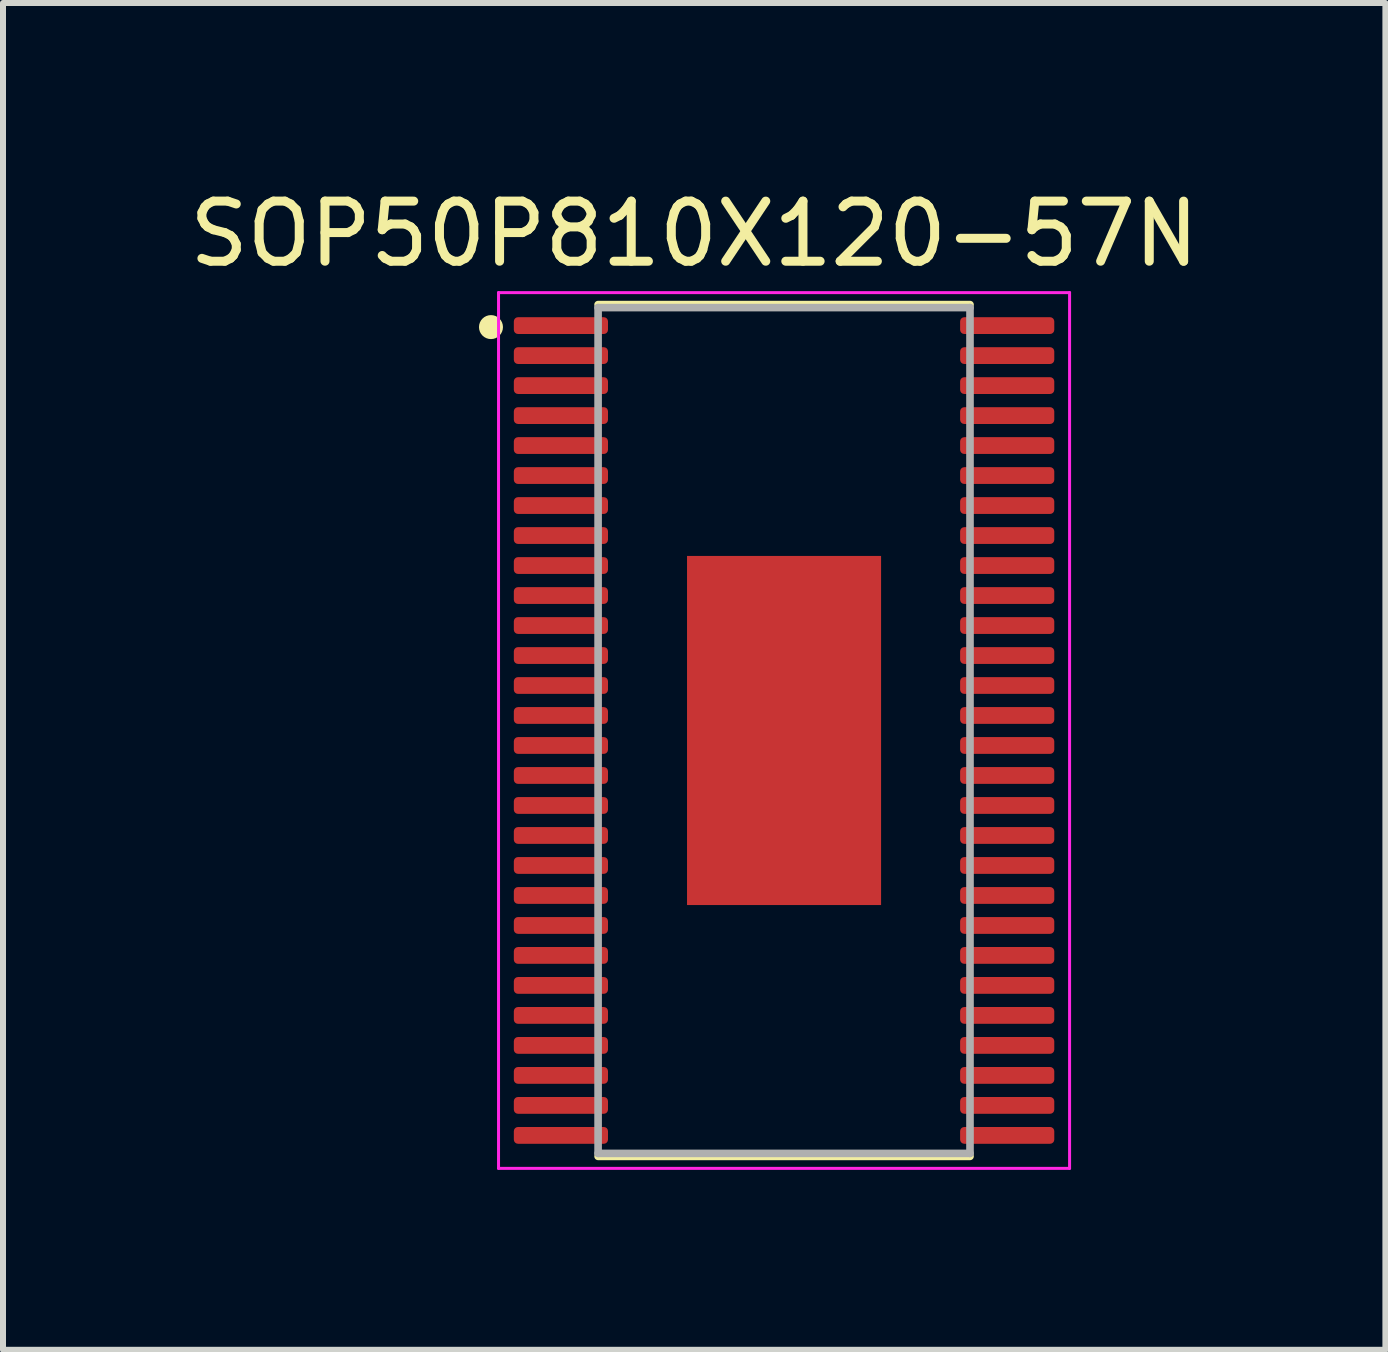
<source format=kicad_pcb>
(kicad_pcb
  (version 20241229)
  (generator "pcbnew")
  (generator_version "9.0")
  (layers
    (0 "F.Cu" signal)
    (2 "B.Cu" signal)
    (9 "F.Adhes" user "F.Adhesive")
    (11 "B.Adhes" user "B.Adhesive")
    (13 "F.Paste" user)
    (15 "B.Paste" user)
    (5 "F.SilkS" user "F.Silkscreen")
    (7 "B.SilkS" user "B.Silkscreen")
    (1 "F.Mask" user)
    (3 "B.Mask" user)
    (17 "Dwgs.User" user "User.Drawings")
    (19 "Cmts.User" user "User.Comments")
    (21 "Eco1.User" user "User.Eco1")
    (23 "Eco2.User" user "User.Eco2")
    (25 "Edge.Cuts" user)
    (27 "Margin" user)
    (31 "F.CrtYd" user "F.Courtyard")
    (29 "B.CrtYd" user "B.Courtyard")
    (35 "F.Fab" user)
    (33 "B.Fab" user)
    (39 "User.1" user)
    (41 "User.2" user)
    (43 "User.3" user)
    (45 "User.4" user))
  (footprint "SOP50P810X120-57N"
    (layer "F.Cu")
    (at 10.021 9.128)
    (property "Reference" "SOP50P810X120-57N" (at -1.498 -8.279 0) (layer "F.SilkS") (effects (font (size 1.002 1.002) (thickness 0.15))))
    (attr smd)
    (fp_line (start -3.1 -7.1) (end 3.1 -7.1) (stroke (width 0.127) (type solid)) (layer "F.SilkS"))
    (fp_line (start -3.1 7.1) (end 3.1 7.1) (stroke (width 0.127) (type solid)) (layer "F.SilkS"))
    (fp_circle (center -4.886 -6.725) (end -4.786 -6.725) (stroke (width 0.2) (type solid)) (fill no) (layer "F.SilkS"))
    (fp_poly (pts (xy -1.22 -2.51) (xy -0.2 -2.51) (xy -0.2 -0.2) (xy -1.22 -0.2)) (stroke (width 0.01) (type solid)) (fill yes) (layer "F.Paste"))
    (fp_poly (pts (xy -0.2 2.51) (xy -1.22 2.51) (xy -1.22 0.2) (xy -0.2 0.2)) (stroke (width 0.01) (type solid)) (fill yes) (layer "F.Paste"))
    (fp_poly (pts (xy 0.2 -2.51) (xy 1.22 -2.51) (xy 1.22 -0.2) (xy 0.2 -0.2)) (stroke (width 0.01) (type solid)) (fill yes) (layer "F.Paste"))
    (fp_poly (pts (xy 1.22 2.51) (xy 0.2 2.51) (xy 0.2 0.2) (xy 1.22 0.2)) (stroke (width 0.01) (type solid)) (fill yes) (layer "F.Paste"))
    (fp_line (start -4.76 -7.3) (end -4.76 7.3) (stroke (width 0.05) (type solid)) (layer "F.CrtYd"))
    (fp_line (start -4.76 -7.3) (end 4.76 -7.3) (stroke (width 0.05) (type solid)) (layer "F.CrtYd"))
    (fp_line (start -4.76 7.3) (end 4.76 7.3) (stroke (width 0.05) (type solid)) (layer "F.CrtYd"))
    (fp_line (start 4.76 -7.3) (end 4.76 7.3) (stroke (width 0.05) (type solid)) (layer "F.CrtYd"))
    (fp_line (start -3.1 -7.05) (end -3.1 7.05) (stroke (width 0.127) (type solid)) (layer "F.Fab"))
    (fp_line (start -3.1 -7.05) (end 3.1 -7.05) (stroke (width 0.127) (type solid)) (layer "F.Fab"))
    (fp_line (start -3.1 7.05) (end 3.1 7.05) (stroke (width 0.127) (type solid)) (layer "F.Fab"))
    (fp_line (start 3.1 -7.05) (end 3.1 7.05) (stroke (width 0.127) (type solid)) (layer "F.Fab"))
    (pad "1" smd roundrect (at -3.72 -6.75) (size 1.57 0.28) (layers "F.Cu" "F.Mask" "F.Paste") (roundrect_rratio 0.25))
    (pad "2" smd roundrect (at -3.72 -6.25) (size 1.57 0.28) (layers "F.Cu" "F.Mask" "F.Paste") (roundrect_rratio 0.25))
    (pad "3" smd roundrect (at -3.72 -5.75) (size 1.57 0.28) (layers "F.Cu" "F.Mask" "F.Paste") (roundrect_rratio 0.25))
    (pad "4" smd roundrect (at -3.72 -5.25) (size 1.57 0.28) (layers "F.Cu" "F.Mask" "F.Paste") (roundrect_rratio 0.25))
    (pad "5" smd roundrect (at -3.72 -4.75) (size 1.57 0.28) (layers "F.Cu" "F.Mask" "F.Paste") (roundrect_rratio 0.25))
    (pad "6" smd roundrect (at -3.72 -4.25) (size 1.57 0.28) (layers "F.Cu" "F.Mask" "F.Paste") (roundrect_rratio 0.25))
    (pad "7" smd roundrect (at -3.72 -3.75) (size 1.57 0.28) (layers "F.Cu" "F.Mask" "F.Paste") (roundrect_rratio 0.25))
    (pad "8" smd roundrect (at -3.72 -3.25) (size 1.57 0.28) (layers "F.Cu" "F.Mask" "F.Paste") (roundrect_rratio 0.25))
    (pad "9" smd roundrect (at -3.72 -2.75) (size 1.57 0.28) (layers "F.Cu" "F.Mask" "F.Paste") (roundrect_rratio 0.25))
    (pad "10" smd roundrect (at -3.72 -2.25) (size 1.57 0.28) (layers "F.Cu" "F.Mask" "F.Paste") (roundrect_rratio 0.25))
    (pad "11" smd roundrect (at -3.72 -1.75) (size 1.57 0.28) (layers "F.Cu" "F.Mask" "F.Paste") (roundrect_rratio 0.25))
    (pad "12" smd roundrect (at -3.72 -1.25) (size 1.57 0.28) (layers "F.Cu" "F.Mask" "F.Paste") (roundrect_rratio 0.25))
    (pad "13" smd roundrect (at -3.72 -0.75) (size 1.57 0.28) (layers "F.Cu" "F.Mask" "F.Paste") (roundrect_rratio 0.25))
    (pad "14" smd roundrect (at -3.72 -0.25) (size 1.57 0.28) (layers "F.Cu" "F.Mask" "F.Paste") (roundrect_rratio 0.25))
    (pad "15" smd roundrect (at -3.72 0.25) (size 1.57 0.28) (layers "F.Cu" "F.Mask" "F.Paste") (roundrect_rratio 0.25))
    (pad "16" smd roundrect (at -3.72 0.75) (size 1.57 0.28) (layers "F.Cu" "F.Mask" "F.Paste") (roundrect_rratio 0.25))
    (pad "17" smd roundrect (at -3.72 1.25) (size 1.57 0.28) (layers "F.Cu" "F.Mask" "F.Paste") (roundrect_rratio 0.25))
    (pad "18" smd roundrect (at -3.72 1.75) (size 1.57 0.28) (layers "F.Cu" "F.Mask" "F.Paste") (roundrect_rratio 0.25))
    (pad "19" smd roundrect (at -3.72 2.25) (size 1.57 0.28) (layers "F.Cu" "F.Mask" "F.Paste") (roundrect_rratio 0.25))
    (pad "20" smd roundrect (at -3.72 2.75) (size 1.57 0.28) (layers "F.Cu" "F.Mask" "F.Paste") (roundrect_rratio 0.25))
    (pad "21" smd roundrect (at -3.72 3.25) (size 1.57 0.28) (layers "F.Cu" "F.Mask" "F.Paste") (roundrect_rratio 0.25))
    (pad "22" smd roundrect (at -3.72 3.75) (size 1.57 0.28) (layers "F.Cu" "F.Mask" "F.Paste") (roundrect_rratio 0.25))
    (pad "23" smd roundrect (at -3.72 4.25) (size 1.57 0.28) (layers "F.Cu" "F.Mask" "F.Paste") (roundrect_rratio 0.25))
    (pad "24" smd roundrect (at -3.72 4.75) (size 1.57 0.28) (layers "F.Cu" "F.Mask" "F.Paste") (roundrect_rratio 0.25))
    (pad "25" smd roundrect (at -3.72 5.25) (size 1.57 0.28) (layers "F.Cu" "F.Mask" "F.Paste") (roundrect_rratio 0.25))
    (pad "26" smd roundrect (at -3.72 5.75) (size 1.57 0.28) (layers "F.Cu" "F.Mask" "F.Paste") (roundrect_rratio 0.25))
    (pad "27" smd roundrect (at -3.72 6.25) (size 1.57 0.28) (layers "F.Cu" "F.Mask" "F.Paste") (roundrect_rratio 0.25))
    (pad "28" smd roundrect (at -3.72 6.75) (size 1.57 0.28) (layers "F.Cu" "F.Mask" "F.Paste") (roundrect_rratio 0.25))
    (pad "29" smd roundrect (at 3.72 6.75) (size 1.57 0.28) (layers "F.Cu" "F.Mask" "F.Paste") (roundrect_rratio 0.25))
    (pad "30" smd roundrect (at 3.72 6.25) (size 1.57 0.28) (layers "F.Cu" "F.Mask" "F.Paste") (roundrect_rratio 0.25))
    (pad "31" smd roundrect (at 3.72 5.75) (size 1.57 0.28) (layers "F.Cu" "F.Mask" "F.Paste") (roundrect_rratio 0.25))
    (pad "32" smd roundrect (at 3.72 5.25) (size 1.57 0.28) (layers "F.Cu" "F.Mask" "F.Paste") (roundrect_rratio 0.25))
    (pad "33" smd roundrect (at 3.72 4.75) (size 1.57 0.28) (layers "F.Cu" "F.Mask" "F.Paste") (roundrect_rratio 0.25))
    (pad "34" smd roundrect (at 3.72 4.25) (size 1.57 0.28) (layers "F.Cu" "F.Mask" "F.Paste") (roundrect_rratio 0.25))
    (pad "35" smd roundrect (at 3.72 3.75) (size 1.57 0.28) (layers "F.Cu" "F.Mask" "F.Paste") (roundrect_rratio 0.25))
    (pad "36" smd roundrect (at 3.72 3.25) (size 1.57 0.28) (layers "F.Cu" "F.Mask" "F.Paste") (roundrect_rratio 0.25))
    (pad "37" smd roundrect (at 3.72 2.75) (size 1.57 0.28) (layers "F.Cu" "F.Mask" "F.Paste") (roundrect_rratio 0.25))
    (pad "38" smd roundrect (at 3.72 2.25) (size 1.57 0.28) (layers "F.Cu" "F.Mask" "F.Paste") (roundrect_rratio 0.25))
    (pad "39" smd roundrect (at 3.72 1.75) (size 1.57 0.28) (layers "F.Cu" "F.Mask" "F.Paste") (roundrect_rratio 0.25))
    (pad "40" smd roundrect (at 3.72 1.25) (size 1.57 0.28) (layers "F.Cu" "F.Mask" "F.Paste") (roundrect_rratio 0.25))
    (pad "41" smd roundrect (at 3.72 0.75) (size 1.57 0.28) (layers "F.Cu" "F.Mask" "F.Paste") (roundrect_rratio 0.25))
    (pad "42" smd roundrect (at 3.72 0.25) (size 1.57 0.28) (layers "F.Cu" "F.Mask" "F.Paste") (roundrect_rratio 0.25))
    (pad "43" smd roundrect (at 3.72 -0.25) (size 1.57 0.28) (layers "F.Cu" "F.Mask" "F.Paste") (roundrect_rratio 0.25))
    (pad "44" smd roundrect (at 3.72 -0.75) (size 1.57 0.28) (layers "F.Cu" "F.Mask" "F.Paste") (roundrect_rratio 0.25))
    (pad "45" smd roundrect (at 3.72 -1.25) (size 1.57 0.28) (layers "F.Cu" "F.Mask" "F.Paste") (roundrect_rratio 0.25))
    (pad "46" smd roundrect (at 3.72 -1.75) (size 1.57 0.28) (layers "F.Cu" "F.Mask" "F.Paste") (roundrect_rratio 0.25))
    (pad "47" smd roundrect (at 3.72 -2.25) (size 1.57 0.28) (layers "F.Cu" "F.Mask" "F.Paste") (roundrect_rratio 0.25))
    (pad "48" smd roundrect (at 3.72 -2.75) (size 1.57 0.28) (layers "F.Cu" "F.Mask" "F.Paste") (roundrect_rratio 0.25))
    (pad "49" smd roundrect (at 3.72 -3.25) (size 1.57 0.28) (layers "F.Cu" "F.Mask" "F.Paste") (roundrect_rratio 0.25))
    (pad "50" smd roundrect (at 3.72 -3.75) (size 1.57 0.28) (layers "F.Cu" "F.Mask" "F.Paste") (roundrect_rratio 0.25))
    (pad "51" smd roundrect (at 3.72 -4.25) (size 1.57 0.28) (layers "F.Cu" "F.Mask" "F.Paste") (roundrect_rratio 0.25))
    (pad "52" smd roundrect (at 3.72 -4.75) (size 1.57 0.28) (layers "F.Cu" "F.Mask" "F.Paste") (roundrect_rratio 0.25))
    (pad "53" smd roundrect (at 3.72 -5.25) (size 1.57 0.28) (layers "F.Cu" "F.Mask" "F.Paste") (roundrect_rratio 0.25))
    (pad "54" smd roundrect (at 3.72 -5.75) (size 1.57 0.28) (layers "F.Cu" "F.Mask" "F.Paste") (roundrect_rratio 0.25))
    (pad "55" smd roundrect (at 3.72 -6.25) (size 1.57 0.28) (layers "F.Cu" "F.Mask" "F.Paste") (roundrect_rratio 0.25))
    (pad "56" smd roundrect (at 3.72 -6.75) (size 1.57 0.28) (layers "F.Cu" "F.Mask" "F.Paste") (roundrect_rratio 0.25))
    (pad "57" smd rect (at 0 0) (size 3.235 5.82) (layers "F.Cu" "F.Mask")))
  (gr_rect
    (start -3 -3)
    (end 20.046 19.453)
    (stroke (width 0.1) (type default))
    (fill no)
    (layer "Edge.Cuts")))
</source>
